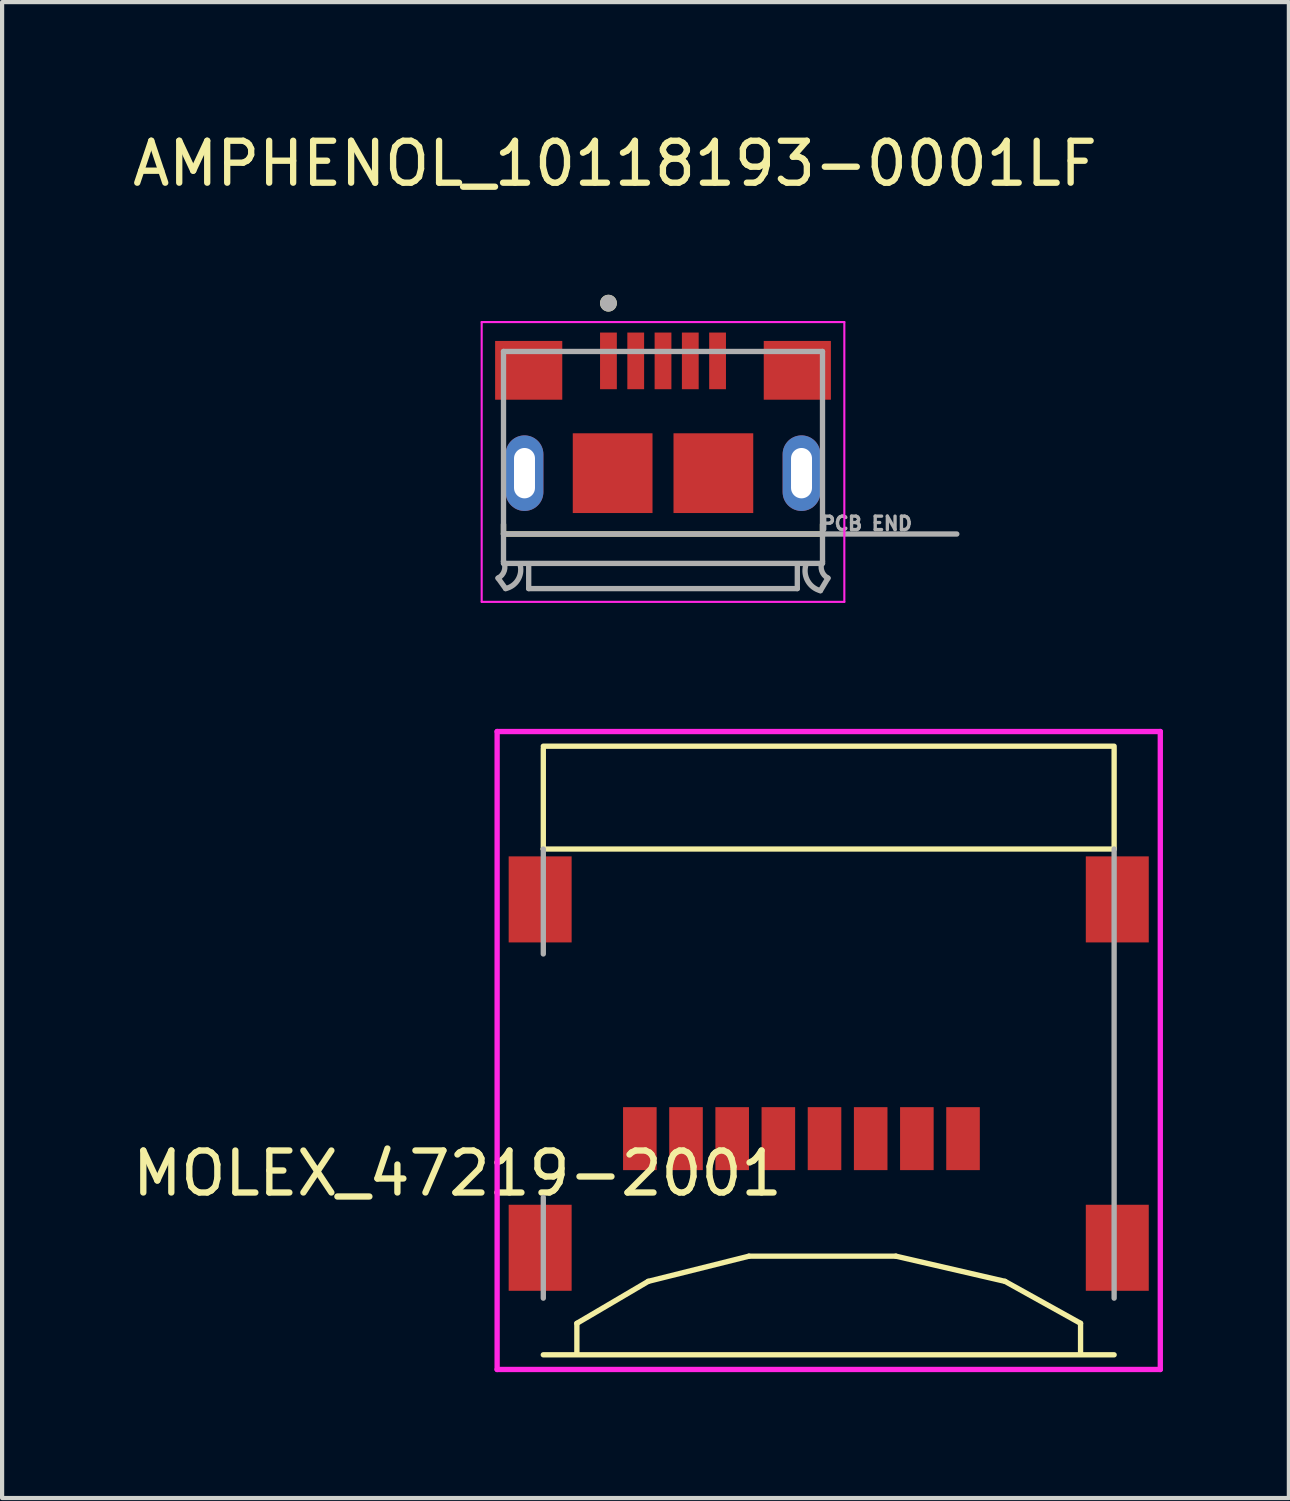
<source format=kicad_pcb>
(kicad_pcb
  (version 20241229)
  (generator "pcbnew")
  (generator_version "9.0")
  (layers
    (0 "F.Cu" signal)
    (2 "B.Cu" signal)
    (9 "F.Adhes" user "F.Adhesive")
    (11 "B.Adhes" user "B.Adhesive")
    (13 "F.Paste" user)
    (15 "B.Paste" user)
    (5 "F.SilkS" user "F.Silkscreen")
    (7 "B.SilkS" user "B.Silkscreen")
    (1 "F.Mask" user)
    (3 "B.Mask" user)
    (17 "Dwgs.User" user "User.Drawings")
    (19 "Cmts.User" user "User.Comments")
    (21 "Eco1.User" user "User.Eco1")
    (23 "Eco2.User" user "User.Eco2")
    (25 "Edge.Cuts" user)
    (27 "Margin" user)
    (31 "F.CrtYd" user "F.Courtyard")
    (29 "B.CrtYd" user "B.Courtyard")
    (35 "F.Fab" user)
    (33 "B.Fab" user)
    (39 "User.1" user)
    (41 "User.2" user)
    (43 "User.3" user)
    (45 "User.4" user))
  (footprint "AMPHENOL_10118193-0001LF"
    (layer "F.Cu")
    (at 12.746 8.223)
    (property "Reference" "AMPHENOL_10118193-0001LF" (at -1.145 -7.375 0) (layer "F.SilkS") (effects (font (size 1 1) (thickness 0.15))))
    (attr smd)
    (fp_line (start -3.8 1.45) (end -3.8 1.22) (stroke (width 0.127) (type solid)) (layer "F.SilkS"))
    (fp_line (start -3.8 1.45) (end 3.8 1.45) (stroke (width 0.127) (type solid)) (layer "F.SilkS"))
    (fp_line (start 3.8 1.45) (end 3.8 1.22) (stroke (width 0.127) (type solid)) (layer "F.SilkS"))
    (fp_circle (center -1.3 -4.05) (end -1.2 -4.05) (stroke (width 0.2) (type solid)) (fill no) (layer "F.SilkS"))
    (fp_line (start -4.32 -3.6) (end -4.32 3.066) (stroke (width 0.05) (type solid)) (layer "F.CrtYd"))
    (fp_line (start -4.32 3.066) (end 4.32 3.066) (stroke (width 0.05) (type solid)) (layer "F.CrtYd"))
    (fp_line (start 4.32 -3.6) (end -4.32 -3.6) (stroke (width 0.05) (type solid)) (layer "F.CrtYd"))
    (fp_line (start 4.32 3.066) (end 4.32 -3.6) (stroke (width 0.05) (type solid)) (layer "F.CrtYd"))
    (fp_line (start -3.93 2.5) (end -3.75 2.75) (stroke (width 0.127) (type solid)) (layer "F.Fab"))
    (fp_line (start -3.8 -2.9) (end 3.8 -2.9) (stroke (width 0.127) (type solid)) (layer "F.Fab"))
    (fp_line (start -3.8 1.45) (end 3.8 1.45) (stroke (width 0.127) (type solid)) (layer "F.Fab"))
    (fp_line (start -3.8 2.1) (end -3.8 -2.9) (stroke (width 0.127) (type solid)) (layer "F.Fab"))
    (fp_line (start -3.8 2.15) (end -3.8 2.1) (stroke (width 0.127) (type solid)) (layer "F.Fab"))
    (fp_line (start -3.2 2.2) (end -3.2 2.75) (stroke (width 0.127) (type solid)) (layer "F.Fab"))
    (fp_line (start -3.2 2.75) (end 3.2 2.75) (stroke (width 0.127) (type solid)) (layer "F.Fab"))
    (fp_line (start 3.2 2.75) (end 3.2 2.2) (stroke (width 0.127) (type solid)) (layer "F.Fab"))
    (fp_line (start 3.8 -2.9) (end 3.8 1.45) (stroke (width 0.127) (type solid)) (layer "F.Fab"))
    (fp_line (start 3.8 1.45) (end 3.8 2.15) (stroke (width 0.127) (type solid)) (layer "F.Fab"))
    (fp_line (start 3.8 1.45) (end 7 1.45) (stroke (width 0.127) (type solid)) (layer "F.Fab"))
    (fp_line (start 3.8 2.15) (end -3.8 2.15) (stroke (width 0.127) (type solid)) (layer "F.Fab"))
    (fp_line (start 3.93 2.5) (end 3.75 2.8) (stroke (width 0.127) (type solid)) (layer "F.Fab"))
    (fp_arc (start -3.8 2.1) (mid -3.782157 2.326924) (end -3.93 2.5) (stroke (width 0.127) (type solid)) (layer "F.Fab"))
    (fp_arc (start -3.4 2.2) (mid -3.461091 2.547487) (end -3.75 2.75) (stroke (width 0.127) (type solid)) (layer "F.Fab"))
    (fp_arc (start 3.75 2.8) (mid 3.450736 2.572487) (end 3.4 2.2) (stroke (width 0.127) (type solid)) (layer "F.Fab"))
    (fp_arc (start 3.93 2.5) (mid 3.782157 2.326924) (end 3.8 2.1) (stroke (width 0.127) (type solid)) (layer "F.Fab"))
    (fp_circle (center -1.3 -4.05) (end -1.2 -4.05) (stroke (width 0.2) (type solid)) (fill no) (layer "F.Fab"))
    (fp_text user "PCB END" (at 4.85 1.2 0) (layer "F.Fab") (effects (font (size 0.32 0.32) (thickness 0.08))))
    (pad "1" smd rect (at -1.3 -2.675) (size 0.4 1.35) (layers "F.Cu" "F.Mask" "F.Paste"))
    (pad "2" smd rect (at -0.65 -2.675) (size 0.4 1.35) (layers "F.Cu" "F.Mask" "F.Paste"))
    (pad "3" smd rect (at 0 -2.675) (size 0.4 1.35) (layers "F.Cu" "F.Mask" "F.Paste"))
    (pad "4" smd rect (at 0.65 -2.675) (size 0.4 1.35) (layers "F.Cu" "F.Mask" "F.Paste"))
    (pad "5" smd rect (at 1.3 -2.675) (size 0.4 1.35) (layers "F.Cu" "F.Mask" "F.Paste"))
    (pad "S1" smd rect (at -3.2 -2.45) (size 1.6 1.4) (layers "F.Cu" "F.Mask" "F.Paste"))
    (pad "S2" smd rect (at 3.2 -2.45) (size 1.6 1.4) (layers "F.Cu" "F.Mask" "F.Paste"))
    (pad "S3" smd rect (at 1.2 0) (size 1.9 1.9) (layers "F.Cu" "F.Mask" "F.Paste"))
    (pad "S4" smd rect (at -1.2 0) (size 1.9 1.9) (layers "F.Cu" "F.Mask" "F.Paste"))
    (pad "S5" thru_hole oval (at -3.3 0) (size 0.9 1.8) (drill oval 0.5 1.2) (layers "*.Cu" "*.Mask"))
    (pad "S6" thru_hole oval (at 3.3 0) (size 0.9 1.8) (drill oval 0.5 1.2) (layers "*.Cu" "*.Mask")))
  (footprint "MOLEX_47219-2001"
    (layer "F.Cu")
    (at 16.694 21.978)
    (property "Reference" "MOLEX_47219-2001" (at -8.846 2.928 180) (layer "F.SilkS") (effects (font (size 1.001 1.001) (thickness 0.15))))
    (attr smd)
    (fp_line (start -6.8 -7.25) (end 6.8 -7.25) (stroke (width 0.127) (type solid)) (layer "F.SilkS"))
    (fp_line (start -6.8 -7.2) (end -6.8 -4.8) (stroke (width 0.127) (type solid)) (layer "F.SilkS"))
    (fp_line (start -6.8 -4.8) (end 6.8 -4.8) (stroke (width 0.127) (type solid)) (layer "F.SilkS"))
    (fp_line (start -6.8 7.25) (end 6.8 7.25) (stroke (width 0.127) (type solid)) (layer "F.SilkS"))
    (fp_line (start -6 6.5) (end -4.3 5.5) (stroke (width 0.127) (type solid)) (layer "F.SilkS"))
    (fp_line (start -6 7.2) (end -6 6.5) (stroke (width 0.127) (type solid)) (layer "F.SilkS"))
    (fp_line (start -4.3 5.5) (end -1.9 4.9) (stroke (width 0.127) (type solid)) (layer "F.SilkS"))
    (fp_line (start -1.9 4.9) (end 1.6 4.9) (stroke (width 0.127) (type solid)) (layer "F.SilkS"))
    (fp_line (start 1.6 4.9) (end 4.2 5.5) (stroke (width 0.127) (type solid)) (layer "F.SilkS"))
    (fp_line (start 4.2 5.5) (end 6 6.5) (stroke (width 0.127) (type solid)) (layer "F.SilkS"))
    (fp_line (start 6 7.2) (end 6 6.5) (stroke (width 0.127) (type solid)) (layer "F.SilkS"))
    (fp_line (start 6.8 -7.2) (end 6.8 -4.8) (stroke (width 0.127) (type solid)) (layer "F.SilkS"))
    (fp_line (start -7.9 -7.6) (end 7.9 -7.6) (stroke (width 0.127) (type solid)) (layer "F.CrtYd"))
    (fp_line (start -7.9 7.6) (end -7.9 -7.6) (stroke (width 0.127) (type solid)) (layer "F.CrtYd"))
    (fp_line (start 7.9 -7.6) (end 7.9 7.6) (stroke (width 0.127) (type solid)) (layer "F.CrtYd"))
    (fp_line (start 7.9 7.6) (end -7.9 7.6) (stroke (width 0.127) (type solid)) (layer "F.CrtYd"))
    (fp_line (start -6.8 -2.3) (end -6.8 -4.8) (stroke (width 0.127) (type solid)) (layer "F.Fab"))
    (fp_line (start -6.8 5.9) (end -6.8 3.5) (stroke (width 0.127) (type solid)) (layer "F.Fab"))
    (fp_line (start 6.8 -4.8) (end 6.8 5.9) (stroke (width 0.127) (type solid)) (layer "F.Fab"))
    (pad "1" smd rect (at 3.2 2.1) (size 0.8 1.5) (layers "F.Cu" "F.Mask" "F.Paste"))
    (pad "2" smd rect (at 2.1 2.1) (size 0.8 1.5) (layers "F.Cu" "F.Mask" "F.Paste"))
    (pad "3" smd rect (at 1 2.1) (size 0.8 1.5) (layers "F.Cu" "F.Mask" "F.Paste"))
    (pad "4" smd rect (at -0.1 2.1) (size 0.8 1.5) (layers "F.Cu" "F.Mask" "F.Paste"))
    (pad "5" smd rect (at -1.2 2.1) (size 0.8 1.5) (layers "F.Cu" "F.Mask" "F.Paste"))
    (pad "6" smd rect (at -2.3 2.1) (size 0.8 1.5) (layers "F.Cu" "F.Mask" "F.Paste"))
    (pad "7" smd rect (at -3.4 2.1) (size 0.8 1.5) (layers "F.Cu" "F.Mask" "F.Paste"))
    (pad "8" smd rect (at -4.5 2.1) (size 0.8 1.5) (layers "F.Cu" "F.Mask" "F.Paste"))
    (pad "9" smd rect (at -6.875 -3.6) (size 1.5 2.05) (layers "F.Cu" "F.Mask" "F.Paste"))
    (pad "9" smd rect (at -6.875 4.7) (size 1.5 2.05) (layers "F.Cu" "F.Mask" "F.Paste"))
    (pad "9" smd rect (at 6.875 -3.6) (size 1.5 2.05) (layers "F.Cu" "F.Mask" "F.Paste"))
    (pad "9" smd rect (at 6.875 4.7) (size 1.5 2.05) (layers "F.Cu" "F.Mask" "F.Paste")))
  (gr_rect
    (start -3 -3)
    (end 27.657 32.641)
    (stroke (width 0.1) (type default))
    (fill no)
    (layer "Edge.Cuts")))
</source>
